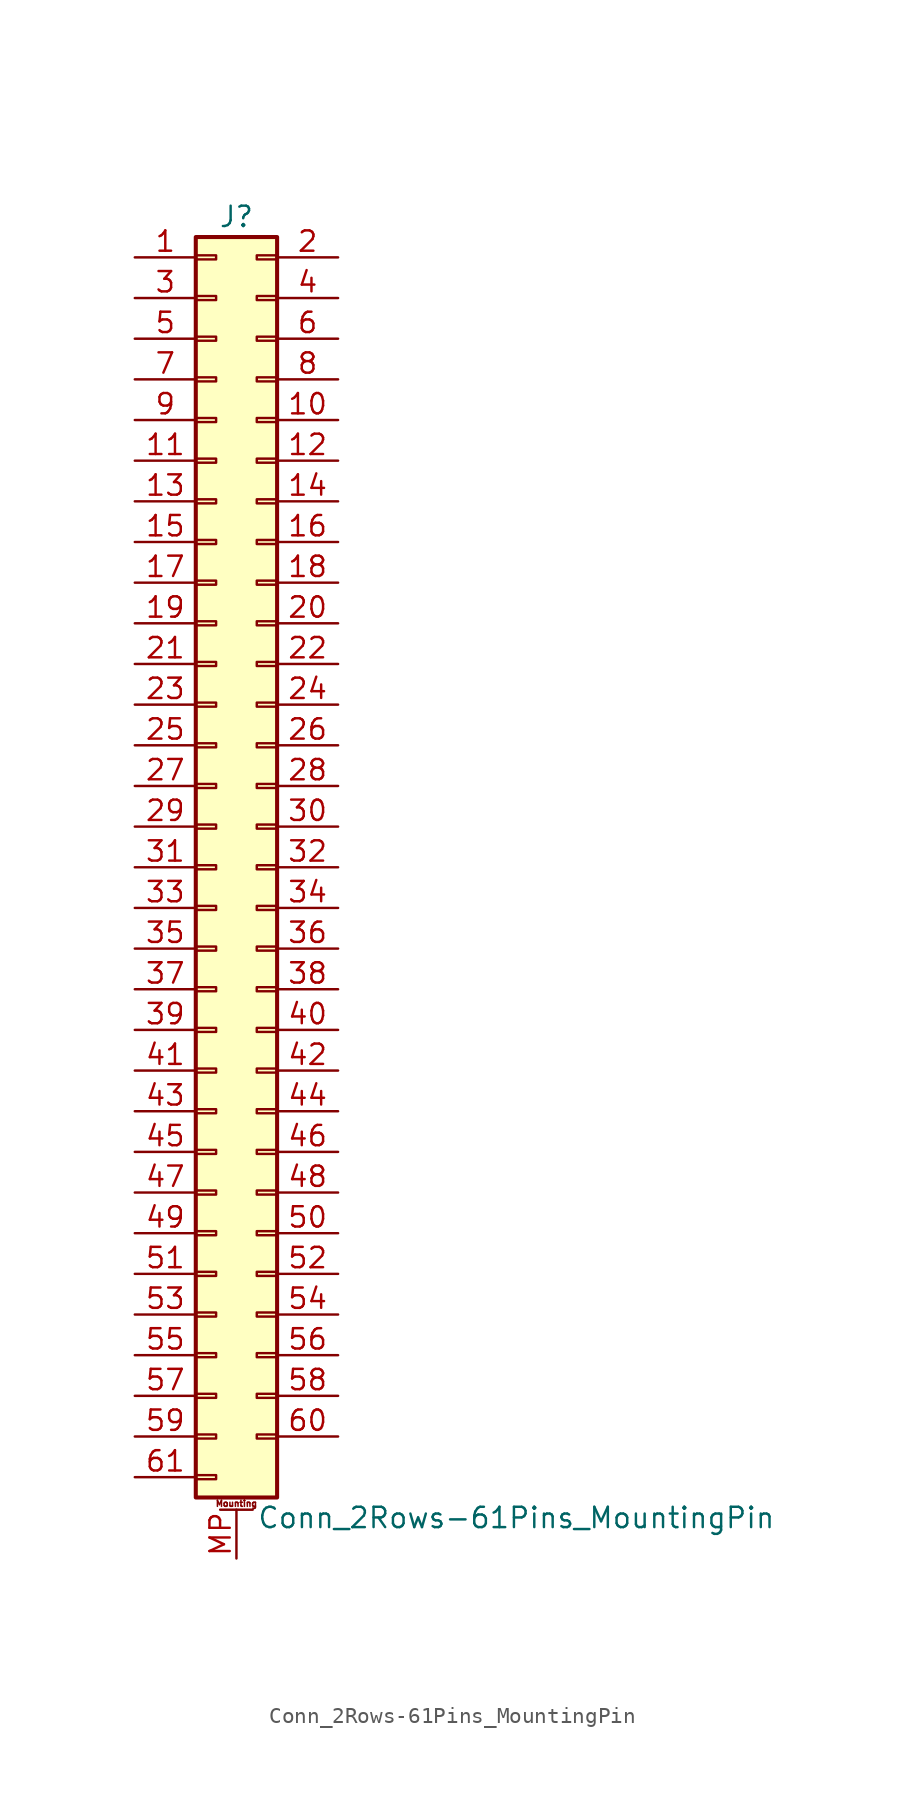
<source format=kicad_sym>
(kicad_symbol_lib
  (version 20201005)
  (generator kicad_symbol_editor)
  (symbol "Conn_2Rows-61Pins_MountingPin"
    (pin_names
      (offset 1.016) hide)
    (property "Reference" "J"
      (at 1.27 40.64 0)
      (effects (font (size 1.27 1.27))))
    (property "Value" "Conn_2Rows-61Pins_MountingPin"
      (at 2.54 -40.64 0)
      (effects (font (size 1.27 1.27)) (justify left)))
    (symbol "Conn_2Rows-61Pins_MountingPin_1_1"
      (text "Mounting" (at 1.27 -39.751 0) (effects (font (size 0.381 0.381))))
      (rectangle (start -1.27 -37.973) (end 0 -38.227) (stroke (width 0.152)) (fill (type none)))
      (rectangle (start -1.27 -35.433) (end 0 -35.687) (stroke (width 0.152)) (fill (type none)))
      (rectangle (start -1.27 -32.893) (end 0 -33.147) (stroke (width 0.152)) (fill (type none)))
      (rectangle (start -1.27 -30.353) (end 0 -30.607) (stroke (width 0.152)) (fill (type none)))
      (rectangle (start -1.27 -27.813) (end 0 -28.067) (stroke (width 0.152)) (fill (type none)))
      (rectangle (start -1.27 -25.273) (end 0 -25.527) (stroke (width 0.152)) (fill (type none)))
      (rectangle (start -1.27 -22.733) (end 0 -22.987) (stroke (width 0.152)) (fill (type none)))
      (rectangle (start -1.27 -20.193) (end 0 -20.447) (stroke (width 0.152)) (fill (type none)))
      (rectangle (start -1.27 -17.653) (end 0 -17.907) (stroke (width 0.152)) (fill (type none)))
      (rectangle (start -1.27 -15.113) (end 0 -15.367) (stroke (width 0.152)) (fill (type none)))
      (rectangle (start -1.27 -12.573) (end 0 -12.827) (stroke (width 0.152)) (fill (type none)))
      (rectangle (start -1.27 -10.033) (end 0 -10.287) (stroke (width 0.152)) (fill (type none)))
      (rectangle (start -1.27 -7.493) (end 0 -7.747) (stroke (width 0.152)) (fill (type none)))
      (rectangle (start -1.27 -4.953) (end 0 -5.207) (stroke (width 0.152)) (fill (type none)))
      (rectangle (start -1.27 -2.413) (end 0 -2.667) (stroke (width 0.152)) (fill (type none)))
      (rectangle (start -1.27 0.127) (end 0 -0.127) (stroke (width 0.152)) (fill (type none)))
      (rectangle (start -1.27 2.667) (end 0 2.413) (stroke (width 0.152)) (fill (type none)))
      (rectangle (start -1.27 5.207) (end 0 4.953) (stroke (width 0.152)) (fill (type none)))
      (rectangle (start -1.27 7.747) (end 0 7.493) (stroke (width 0.152)) (fill (type none)))
      (rectangle (start -1.27 10.287) (end 0 10.033) (stroke (width 0.152)) (fill (type none)))
      (rectangle (start -1.27 12.827) (end 0 12.573) (stroke (width 0.152)) (fill (type none)))
      (rectangle (start -1.27 15.367) (end 0 15.113) (stroke (width 0.152)) (fill (type none)))
      (rectangle (start -1.27 17.907) (end 0 17.653) (stroke (width 0.152)) (fill (type none)))
      (rectangle (start -1.27 20.447) (end 0 20.193) (stroke (width 0.152)) (fill (type none)))
      (rectangle (start -1.27 22.987) (end 0 22.733) (stroke (width 0.152)) (fill (type none)))
      (rectangle (start -1.27 25.527) (end 0 25.273) (stroke (width 0.152)) (fill (type none)))
      (rectangle (start -1.27 28.067) (end 0 27.813) (stroke (width 0.152)) (fill (type none)))
      (rectangle (start -1.27 30.607) (end 0 30.353) (stroke (width 0.152)) (fill (type none)))
      (rectangle (start -1.27 33.147) (end 0 32.893) (stroke (width 0.152)) (fill (type none)))
      (rectangle (start -1.27 35.687) (end 0 35.433) (stroke (width 0.152)) (fill (type none)))
      (rectangle (start -1.27 38.227) (end 0 37.973) (stroke (width 0.152)) (fill (type none)))
      (rectangle (start 3.81 -35.433) (end 2.54 -35.687) (stroke (width 0.152)) (fill (type none)))
      (rectangle (start 3.81 -32.893) (end 2.54 -33.147) (stroke (width 0.152)) (fill (type none)))
      (rectangle (start 3.81 -30.353) (end 2.54 -30.607) (stroke (width 0.152)) (fill (type none)))
      (rectangle (start 3.81 -27.813) (end 2.54 -28.067) (stroke (width 0.152)) (fill (type none)))
      (rectangle (start 3.81 -25.273) (end 2.54 -25.527) (stroke (width 0.152)) (fill (type none)))
      (rectangle (start 3.81 -22.733) (end 2.54 -22.987) (stroke (width 0.152)) (fill (type none)))
      (rectangle (start 3.81 -20.193) (end 2.54 -20.447) (stroke (width 0.152)) (fill (type none)))
      (rectangle (start 3.81 -17.653) (end 2.54 -17.907) (stroke (width 0.152)) (fill (type none)))
      (rectangle (start 3.81 -15.113) (end 2.54 -15.367) (stroke (width 0.152)) (fill (type none)))
      (rectangle (start 3.81 -12.573) (end 2.54 -12.827) (stroke (width 0.152)) (fill (type none)))
      (rectangle (start 3.81 -10.033) (end 2.54 -10.287) (stroke (width 0.152)) (fill (type none)))
      (rectangle (start 3.81 -7.493) (end 2.54 -7.747) (stroke (width 0.152)) (fill (type none)))
      (rectangle (start 3.81 -4.953) (end 2.54 -5.207) (stroke (width 0.152)) (fill (type none)))
      (rectangle (start 3.81 -2.413) (end 2.54 -2.667) (stroke (width 0.152)) (fill (type none)))
      (rectangle (start 3.81 0.127) (end 2.54 -0.127) (stroke (width 0.152)) (fill (type none)))
      (rectangle (start 3.81 2.667) (end 2.54 2.413) (stroke (width 0.152)) (fill (type none)))
      (rectangle (start 3.81 5.207) (end 2.54 4.953) (stroke (width 0.152)) (fill (type none)))
      (rectangle (start 3.81 7.747) (end 2.54 7.493) (stroke (width 0.152)) (fill (type none)))
      (rectangle (start 3.81 10.287) (end 2.54 10.033) (stroke (width 0.152)) (fill (type none)))
      (rectangle (start 3.81 12.827) (end 2.54 12.573) (stroke (width 0.152)) (fill (type none)))
      (rectangle (start 3.81 15.367) (end 2.54 15.113) (stroke (width 0.152)) (fill (type none)))
      (rectangle (start 3.81 17.907) (end 2.54 17.653) (stroke (width 0.152)) (fill (type none)))
      (rectangle (start 3.81 20.447) (end 2.54 20.193) (stroke (width 0.152)) (fill (type none)))
      (rectangle (start 3.81 22.987) (end 2.54 22.733) (stroke (width 0.152)) (fill (type none)))
      (rectangle (start 3.81 25.527) (end 2.54 25.273) (stroke (width 0.152)) (fill (type none)))
      (rectangle (start 3.81 28.067) (end 2.54 27.813) (stroke (width 0.152)) (fill (type none)))
      (rectangle (start 3.81 30.607) (end 2.54 30.353) (stroke (width 0.152)) (fill (type none)))
      (rectangle (start 3.81 33.147) (end 2.54 32.893) (stroke (width 0.152)) (fill (type none)))
      (rectangle (start 3.81 35.687) (end 2.54 35.433) (stroke (width 0.152)) (fill (type none)))
      (rectangle (start 3.81 38.227) (end 2.54 37.973) (stroke (width 0.152)) (fill (type none)))
      (rectangle (start -1.27 39.37) (end 3.81 -39.37) (stroke (width 0.254)) (fill (type background)))
      (polyline (pts (xy 0.254 -40.132) (xy 2.286 -40.132)) (stroke (width 0.152)) (fill (type none)))
      (pin passive line (at -5.08 38.1 0) (length 3.81) (name "Pin_1" (effects (font (size 1.27 1.27)))) (number "1" (effects (font (size 1.27 1.27)))))
      (pin passive line (at 7.62 27.94 180) (length 3.81) (name "Pin_10" (effects (font (size 1.27 1.27)))) (number "10" (effects (font (size 1.27 1.27)))))
      (pin passive line (at -5.08 25.4 0) (length 3.81) (name "Pin_11" (effects (font (size 1.27 1.27)))) (number "11" (effects (font (size 1.27 1.27)))))
      (pin passive line (at 7.62 25.4 180) (length 3.81) (name "Pin_12" (effects (font (size 1.27 1.27)))) (number "12" (effects (font (size 1.27 1.27)))))
      (pin passive line (at -5.08 22.86 0) (length 3.81) (name "Pin_13" (effects (font (size 1.27 1.27)))) (number "13" (effects (font (size 1.27 1.27)))))
      (pin passive line (at 7.62 22.86 180) (length 3.81) (name "Pin_14" (effects (font (size 1.27 1.27)))) (number "14" (effects (font (size 1.27 1.27)))))
      (pin passive line (at -5.08 20.32 0) (length 3.81) (name "Pin_15" (effects (font (size 1.27 1.27)))) (number "15" (effects (font (size 1.27 1.27)))))
      (pin passive line (at 7.62 20.32 180) (length 3.81) (name "Pin_16" (effects (font (size 1.27 1.27)))) (number "16" (effects (font (size 1.27 1.27)))))
      (pin passive line (at -5.08 17.78 0) (length 3.81) (name "Pin_17" (effects (font (size 1.27 1.27)))) (number "17" (effects (font (size 1.27 1.27)))))
      (pin passive line (at 7.62 17.78 180) (length 3.81) (name "Pin_18" (effects (font (size 1.27 1.27)))) (number "18" (effects (font (size 1.27 1.27)))))
      (pin passive line (at -5.08 15.24 0) (length 3.81) (name "Pin_19" (effects (font (size 1.27 1.27)))) (number "19" (effects (font (size 1.27 1.27)))))
      (pin passive line (at 7.62 38.1 180) (length 3.81) (name "Pin_2" (effects (font (size 1.27 1.27)))) (number "2" (effects (font (size 1.27 1.27)))))
      (pin passive line (at 7.62 15.24 180) (length 3.81) (name "Pin_20" (effects (font (size 1.27 1.27)))) (number "20" (effects (font (size 1.27 1.27)))))
      (pin passive line (at -5.08 12.7 0) (length 3.81) (name "Pin_21" (effects (font (size 1.27 1.27)))) (number "21" (effects (font (size 1.27 1.27)))))
      (pin passive line (at 7.62 12.7 180) (length 3.81) (name "Pin_22" (effects (font (size 1.27 1.27)))) (number "22" (effects (font (size 1.27 1.27)))))
      (pin passive line (at -5.08 10.16 0) (length 3.81) (name "Pin_23" (effects (font (size 1.27 1.27)))) (number "23" (effects (font (size 1.27 1.27)))))
      (pin passive line (at 7.62 10.16 180) (length 3.81) (name "Pin_24" (effects (font (size 1.27 1.27)))) (number "24" (effects (font (size 1.27 1.27)))))
      (pin passive line (at -5.08 7.62 0) (length 3.81) (name "Pin_25" (effects (font (size 1.27 1.27)))) (number "25" (effects (font (size 1.27 1.27)))))
      (pin passive line (at 7.62 7.62 180) (length 3.81) (name "Pin_26" (effects (font (size 1.27 1.27)))) (number "26" (effects (font (size 1.27 1.27)))))
      (pin passive line (at -5.08 5.08 0) (length 3.81) (name "Pin_27" (effects (font (size 1.27 1.27)))) (number "27" (effects (font (size 1.27 1.27)))))
      (pin passive line (at 7.62 5.08 180) (length 3.81) (name "Pin_28" (effects (font (size 1.27 1.27)))) (number "28" (effects (font (size 1.27 1.27)))))
      (pin passive line (at -5.08 2.54 0) (length 3.81) (name "Pin_29" (effects (font (size 1.27 1.27)))) (number "29" (effects (font (size 1.27 1.27)))))
      (pin passive line (at -5.08 35.56 0) (length 3.81) (name "Pin_3" (effects (font (size 1.27 1.27)))) (number "3" (effects (font (size 1.27 1.27)))))
      (pin passive line (at 7.62 2.54 180) (length 3.81) (name "Pin_30" (effects (font (size 1.27 1.27)))) (number "30" (effects (font (size 1.27 1.27)))))
      (pin passive line (at -5.08 0 0) (length 3.81) (name "Pin_31" (effects (font (size 1.27 1.27)))) (number "31" (effects (font (size 1.27 1.27)))))
      (pin passive line (at 7.62 0 180) (length 3.81) (name "Pin_32" (effects (font (size 1.27 1.27)))) (number "32" (effects (font (size 1.27 1.27)))))
      (pin passive line (at -5.08 -2.54 0) (length 3.81) (name "Pin_33" (effects (font (size 1.27 1.27)))) (number "33" (effects (font (size 1.27 1.27)))))
      (pin passive line (at 7.62 -2.54 180) (length 3.81) (name "Pin_34" (effects (font (size 1.27 1.27)))) (number "34" (effects (font (size 1.27 1.27)))))
      (pin passive line (at -5.08 -5.08 0) (length 3.81) (name "Pin_35" (effects (font (size 1.27 1.27)))) (number "35" (effects (font (size 1.27 1.27)))))
      (pin passive line (at 7.62 -5.08 180) (length 3.81) (name "Pin_36" (effects (font (size 1.27 1.27)))) (number "36" (effects (font (size 1.27 1.27)))))
      (pin passive line (at -5.08 -7.62 0) (length 3.81) (name "Pin_37" (effects (font (size 1.27 1.27)))) (number "37" (effects (font (size 1.27 1.27)))))
      (pin passive line (at 7.62 -7.62 180) (length 3.81) (name "Pin_38" (effects (font (size 1.27 1.27)))) (number "38" (effects (font (size 1.27 1.27)))))
      (pin passive line (at -5.08 -10.16 0) (length 3.81) (name "Pin_39" (effects (font (size 1.27 1.27)))) (number "39" (effects (font (size 1.27 1.27)))))
      (pin passive line (at 7.62 35.56 180) (length 3.81) (name "Pin_4" (effects (font (size 1.27 1.27)))) (number "4" (effects (font (size 1.27 1.27)))))
      (pin passive line (at 7.62 -10.16 180) (length 3.81) (name "Pin_40" (effects (font (size 1.27 1.27)))) (number "40" (effects (font (size 1.27 1.27)))))
      (pin passive line (at -5.08 -12.7 0) (length 3.81) (name "Pin_41" (effects (font (size 1.27 1.27)))) (number "41" (effects (font (size 1.27 1.27)))))
      (pin passive line (at 7.62 -12.7 180) (length 3.81) (name "Pin_42" (effects (font (size 1.27 1.27)))) (number "42" (effects (font (size 1.27 1.27)))))
      (pin passive line (at -5.08 -15.24 0) (length 3.81) (name "Pin_43" (effects (font (size 1.27 1.27)))) (number "43" (effects (font (size 1.27 1.27)))))
      (pin passive line (at 7.62 -15.24 180) (length 3.81) (name "Pin_44" (effects (font (size 1.27 1.27)))) (number "44" (effects (font (size 1.27 1.27)))))
      (pin passive line (at -5.08 -17.78 0) (length 3.81) (name "Pin_45" (effects (font (size 1.27 1.27)))) (number "45" (effects (font (size 1.27 1.27)))))
      (pin passive line (at 7.62 -17.78 180) (length 3.81) (name "Pin_46" (effects (font (size 1.27 1.27)))) (number "46" (effects (font (size 1.27 1.27)))))
      (pin passive line (at -5.08 -20.32 0) (length 3.81) (name "Pin_47" (effects (font (size 1.27 1.27)))) (number "47" (effects (font (size 1.27 1.27)))))
      (pin passive line (at 7.62 -20.32 180) (length 3.81) (name "Pin_48" (effects (font (size 1.27 1.27)))) (number "48" (effects (font (size 1.27 1.27)))))
      (pin passive line (at -5.08 -22.86 0) (length 3.81) (name "Pin_49" (effects (font (size 1.27 1.27)))) (number "49" (effects (font (size 1.27 1.27)))))
      (pin passive line (at -5.08 33.02 0) (length 3.81) (name "Pin_5" (effects (font (size 1.27 1.27)))) (number "5" (effects (font (size 1.27 1.27)))))
      (pin passive line (at 7.62 -22.86 180) (length 3.81) (name "Pin_50" (effects (font (size 1.27 1.27)))) (number "50" (effects (font (size 1.27 1.27)))))
      (pin passive line (at -5.08 -25.4 0) (length 3.81) (name "Pin_51" (effects (font (size 1.27 1.27)))) (number "51" (effects (font (size 1.27 1.27)))))
      (pin passive line (at 7.62 -25.4 180) (length 3.81) (name "Pin_52" (effects (font (size 1.27 1.27)))) (number "52" (effects (font (size 1.27 1.27)))))
      (pin passive line (at -5.08 -27.94 0) (length 3.81) (name "Pin_53" (effects (font (size 1.27 1.27)))) (number "53" (effects (font (size 1.27 1.27)))))
      (pin passive line (at 7.62 -27.94 180) (length 3.81) (name "Pin_54" (effects (font (size 1.27 1.27)))) (number "54" (effects (font (size 1.27 1.27)))))
      (pin passive line (at -5.08 -30.48 0) (length 3.81) (name "Pin_55" (effects (font (size 1.27 1.27)))) (number "55" (effects (font (size 1.27 1.27)))))
      (pin passive line (at 7.62 -30.48 180) (length 3.81) (name "Pin_56" (effects (font (size 1.27 1.27)))) (number "56" (effects (font (size 1.27 1.27)))))
      (pin passive line (at -5.08 -33.02 0) (length 3.81) (name "Pin_57" (effects (font (size 1.27 1.27)))) (number "57" (effects (font (size 1.27 1.27)))))
      (pin passive line (at 7.62 -33.02 180) (length 3.81) (name "Pin_58" (effects (font (size 1.27 1.27)))) (number "58" (effects (font (size 1.27 1.27)))))
      (pin passive line (at -5.08 -35.56 0) (length 3.81) (name "Pin_59" (effects (font (size 1.27 1.27)))) (number "59" (effects (font (size 1.27 1.27)))))
      (pin passive line (at 7.62 33.02 180) (length 3.81) (name "Pin_6" (effects (font (size 1.27 1.27)))) (number "6" (effects (font (size 1.27 1.27)))))
      (pin passive line (at 7.62 -35.56 180) (length 3.81) (name "Pin_60" (effects (font (size 1.27 1.27)))) (number "60" (effects (font (size 1.27 1.27)))))
      (pin passive line (at -5.08 -38.1 0) (length 3.81) (name "Pin_61" (effects (font (size 1.27 1.27)))) (number "61" (effects (font (size 1.27 1.27)))))
      (pin passive line (at -5.08 30.48 0) (length 3.81) (name "Pin_7" (effects (font (size 1.27 1.27)))) (number "7" (effects (font (size 1.27 1.27)))))
      (pin passive line (at 7.62 30.48 180) (length 3.81) (name "Pin_8" (effects (font (size 1.27 1.27)))) (number "8" (effects (font (size 1.27 1.27)))))
      (pin passive line (at -5.08 27.94 0) (length 3.81) (name "Pin_9" (effects (font (size 1.27 1.27)))) (number "9" (effects (font (size 1.27 1.27)))))
      (pin passive line (at 1.27 -43.18 90) (length 3.048) (name "MountPin" (effects (font (size 1.27 1.27)))) (number "MP" (effects (font (size 1.27 1.27))))))))
</source>
